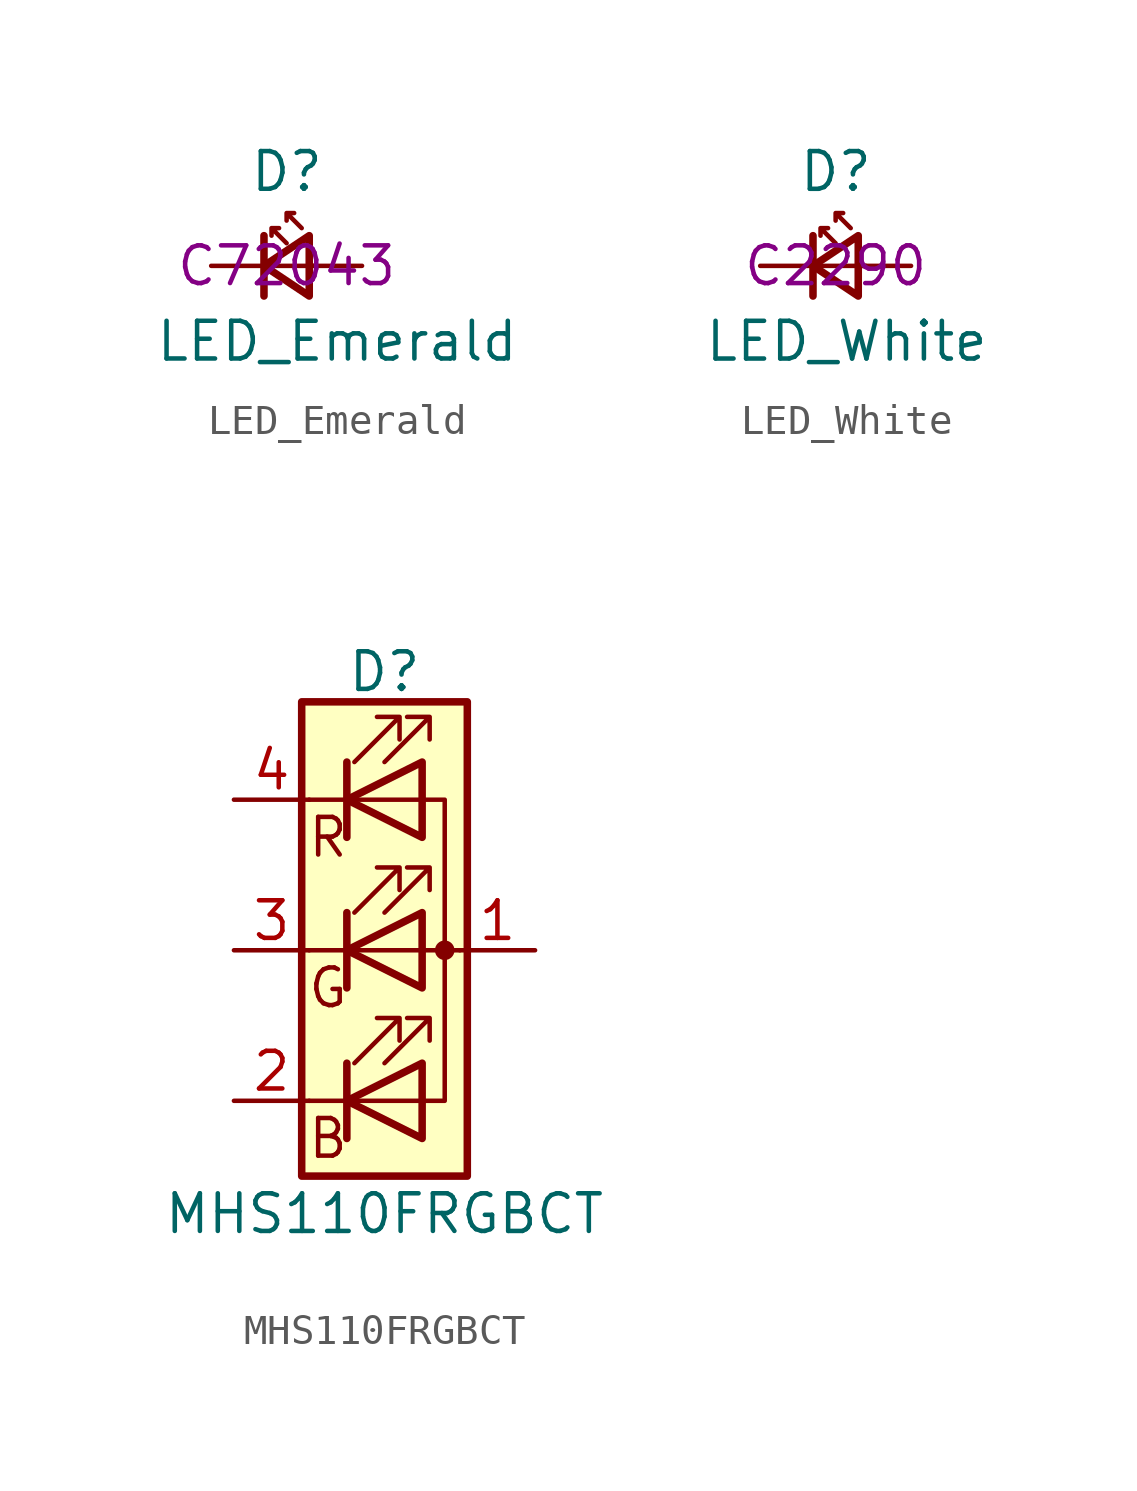
<source format=kicad_sym>
(kicad_symbol_lib
  (version 20231120)
  (generator "kicad_symbol_editor")
  (generator_version "8.0")
  (symbol "LED_Emerald"
    (pin_numbers hide)
    (pin_names
      (offset 0.254) hide)
    (property "Reference" "D"
      (at -1.27 3.175 0)
      (effects (font (size 1.27 1.27)) (justify left)))
    (property "Value" "LED_Emerald"
      (at -4.445 -2.54 0)
      (effects (font (size 1.27 1.27)) (justify left)))
    (property "LCSC" "C72043"
      (at 0 0 0)
      (effects (font (size 1.27 1.27))))
    (symbol "LED_Emerald_0_1"
      (polyline (pts (xy -0.762 -1.016) (xy -0.762 1.016)) (stroke (width 0.254) (type default)) (fill (type none)))
      (polyline (pts (xy 1.016 0) (xy -0.762 0)) (stroke (width 0) (type default)) (fill (type none)))
      (polyline (pts (xy 0.762 -1.016) (xy -0.762 0) (xy 0.762 1.016) (xy 0.762 -1.016)) (stroke (width 0.254) (type default)) (fill (type none)))
      (polyline (pts (xy 0 0.762) (xy -0.508 1.27) (xy -0.254 1.27) (xy -0.508 1.27) (xy -0.508 1.016)) (stroke (width 0) (type default)) (fill (type none)))
      (polyline (pts (xy 0.508 1.27) (xy 0 1.778) (xy 0.254 1.778) (xy 0 1.778) (xy 0 1.524)) (stroke (width 0) (type default)) (fill (type none))))
    (symbol "LED_Emerald_1_1"
      (pin passive line (at -2.54 0 0) (length 1.778) (name "K" (effects (font (size 1.27 1.27)))) (number "1" (effects (font (size 1.27 1.27)))))
      (pin passive line (at 2.54 0 180) (length 1.778) (name "A" (effects (font (size 1.27 1.27)))) (number "2" (effects (font (size 1.27 1.27)))))))
  (symbol "LED_White"
    (pin_numbers hide)
    (pin_names
      (offset 0.254) hide)
    (property "Reference" "D"
      (at -1.27 3.175 0)
      (effects (font (size 1.27 1.27)) (justify left)))
    (property "Value" "LED_White"
      (at -4.445 -2.54 0)
      (effects (font (size 1.27 1.27)) (justify left)))
    (property "LCSC" "C2290"
      (at 0 0 0)
      (effects (font (size 1.27 1.27))))
    (symbol "LED_White_0_1"
      (polyline (pts (xy -0.762 -1.016) (xy -0.762 1.016)) (stroke (width 0.254) (type default)) (fill (type none)))
      (polyline (pts (xy 1.016 0) (xy -0.762 0)) (stroke (width 0) (type default)) (fill (type none)))
      (polyline (pts (xy 0.762 -1.016) (xy -0.762 0) (xy 0.762 1.016) (xy 0.762 -1.016)) (stroke (width 0.254) (type default)) (fill (type none)))
      (polyline (pts (xy 0 0.762) (xy -0.508 1.27) (xy -0.254 1.27) (xy -0.508 1.27) (xy -0.508 1.016)) (stroke (width 0) (type default)) (fill (type none)))
      (polyline (pts (xy 0.508 1.27) (xy 0 1.778) (xy 0.254 1.778) (xy 0 1.778) (xy 0 1.524)) (stroke (width 0) (type default)) (fill (type none))))
    (symbol "LED_White_1_1"
      (pin passive line (at -2.54 0 0) (length 1.778) (name "K" (effects (font (size 1.27 1.27)))) (number "1" (effects (font (size 1.27 1.27)))))
      (pin passive line (at 2.54 0 180) (length 1.778) (name "A" (effects (font (size 1.27 1.27)))) (number "2" (effects (font (size 1.27 1.27)))))))
  (symbol "MHS110FRGBCT"
    (pin_names
      (offset 0) hide)
    (property "Reference" "D"
      (at 0 9.398 0)
      (effects (font (size 1.27 1.27))))
    (property "Value" "MHS110FRGBCT"
      (at 0 -8.89 0)
      (effects (font (size 1.27 1.27))))
    (symbol "MHS110FRGBCT_0_0"
      (text "B" (at -1.905 -6.35 0) (effects (font (size 1.27 1.27))))
      (text "G" (at -1.905 -1.27 0) (effects (font (size 1.27 1.27))))
      (text "R" (at -1.905 3.81 0) (effects (font (size 1.27 1.27)))))
    (symbol "MHS110FRGBCT_0_1"
      (polyline (pts (xy -1.27 -5.08) (xy -2.54 -5.08)) (stroke (width 0) (type default)) (fill (type none)))
      (polyline (pts (xy -1.27 -5.08) (xy 1.27 -5.08)) (stroke (width 0) (type default)) (fill (type none)))
      (polyline (pts (xy -1.27 -3.81) (xy -1.27 -6.35)) (stroke (width 0.254) (type default)) (fill (type none)))
      (polyline (pts (xy -1.27 0) (xy -2.54 0)) (stroke (width 0) (type default)) (fill (type none)))
      (polyline (pts (xy -1.27 1.27) (xy -1.27 -1.27)) (stroke (width 0.254) (type default)) (fill (type none)))
      (polyline (pts (xy -1.27 5.08) (xy -2.54 5.08)) (stroke (width 0) (type default)) (fill (type none)))
      (polyline (pts (xy -1.27 5.08) (xy 1.27 5.08)) (stroke (width 0) (type default)) (fill (type none)))
      (polyline (pts (xy -1.27 6.35) (xy -1.27 3.81)) (stroke (width 0.254) (type default)) (fill (type none)))
      (polyline (pts (xy 1.27 0) (xy -1.27 0)) (stroke (width 0) (type default)) (fill (type none)))
      (polyline (pts (xy 1.27 0) (xy 2.54 0)) (stroke (width 0) (type default)) (fill (type none)))
      (polyline (pts (xy -1.27 1.27) (xy -1.27 -1.27) (xy -1.27 -1.27)) (stroke (width 0) (type default)) (fill (type none)))
      (polyline (pts (xy -1.27 6.35) (xy -1.27 3.81) (xy -1.27 3.81)) (stroke (width 0) (type default)) (fill (type none)))
      (polyline (pts (xy 1.27 -5.08) (xy 2.032 -5.08) (xy 2.032 5.08) (xy 1.27 5.08)) (stroke (width 0) (type default)) (fill (type none)))
      (polyline (pts (xy 1.27 -3.81) (xy 1.27 -6.35) (xy -1.27 -5.08) (xy 1.27 -3.81)) (stroke (width 0.254) (type default)) (fill (type none)))
      (polyline (pts (xy 1.27 1.27) (xy 1.27 -1.27) (xy -1.27 0) (xy 1.27 1.27)) (stroke (width 0.254) (type default)) (fill (type none)))
      (polyline (pts (xy 1.27 6.35) (xy 1.27 3.81) (xy -1.27 5.08) (xy 1.27 6.35)) (stroke (width 0.254) (type default)) (fill (type none)))
      (polyline (pts (xy -1.016 -3.81) (xy 0.508 -2.286) (xy -0.254 -2.286) (xy 0.508 -2.286) (xy 0.508 -3.048)) (stroke (width 0) (type default)) (fill (type none)))
      (polyline (pts (xy -1.016 1.27) (xy 0.508 2.794) (xy -0.254 2.794) (xy 0.508 2.794) (xy 0.508 2.032)) (stroke (width 0) (type default)) (fill (type none)))
      (polyline (pts (xy -1.016 6.35) (xy 0.508 7.874) (xy -0.254 7.874) (xy 0.508 7.874) (xy 0.508 7.112)) (stroke (width 0) (type default)) (fill (type none)))
      (polyline (pts (xy 0 -3.81) (xy 1.524 -2.286) (xy 0.762 -2.286) (xy 1.524 -2.286) (xy 1.524 -3.048)) (stroke (width 0) (type default)) (fill (type none)))
      (polyline (pts (xy 0 1.27) (xy 1.524 2.794) (xy 0.762 2.794) (xy 1.524 2.794) (xy 1.524 2.032)) (stroke (width 0) (type default)) (fill (type none)))
      (polyline (pts (xy 0 6.35) (xy 1.524 7.874) (xy 0.762 7.874) (xy 1.524 7.874) (xy 1.524 7.112)) (stroke (width 0) (type default)) (fill (type none)))
      (rectangle (start 1.27 -1.27) (end 1.27 1.27) (stroke (width 0) (type default)) (fill (type none)))
      (rectangle (start 1.27 1.27) (end 1.27 1.27) (stroke (width 0) (type default)) (fill (type none)))
      (rectangle (start 1.27 3.81) (end 1.27 6.35) (stroke (width 0) (type default)) (fill (type none)))
      (rectangle (start 1.27 6.35) (end 1.27 6.35) (stroke (width 0) (type default)) (fill (type none)))
      (circle (center 2.032 0) (radius 0.254) (stroke (width 0) (type default)) (fill (type outline)))
      (rectangle (start 2.794 8.382) (end -2.794 -7.62) (stroke (width 0.254) (type default)) (fill (type background))))
    (symbol "MHS110FRGBCT_1_1"
      (pin passive line (at 5.08 0 180) (length 2.54) (name "A" (effects (font (size 1.27 1.27)))) (number "1" (effects (font (size 1.27 1.27)))))
      (pin passive line (at -5.08 -5.08 0) (length 2.54) (name "BK" (effects (font (size 1.27 1.27)))) (number "2" (effects (font (size 1.27 1.27)))))
      (pin passive line (at -5.08 0 0) (length 2.54) (name "GK" (effects (font (size 1.27 1.27)))) (number "3" (effects (font (size 1.27 1.27)))))
      (pin passive line (at -5.08 5.08 0) (length 2.54) (name "RK" (effects (font (size 1.27 1.27)))) (number "4" (effects (font (size 1.27 1.27))))))))
</source>
